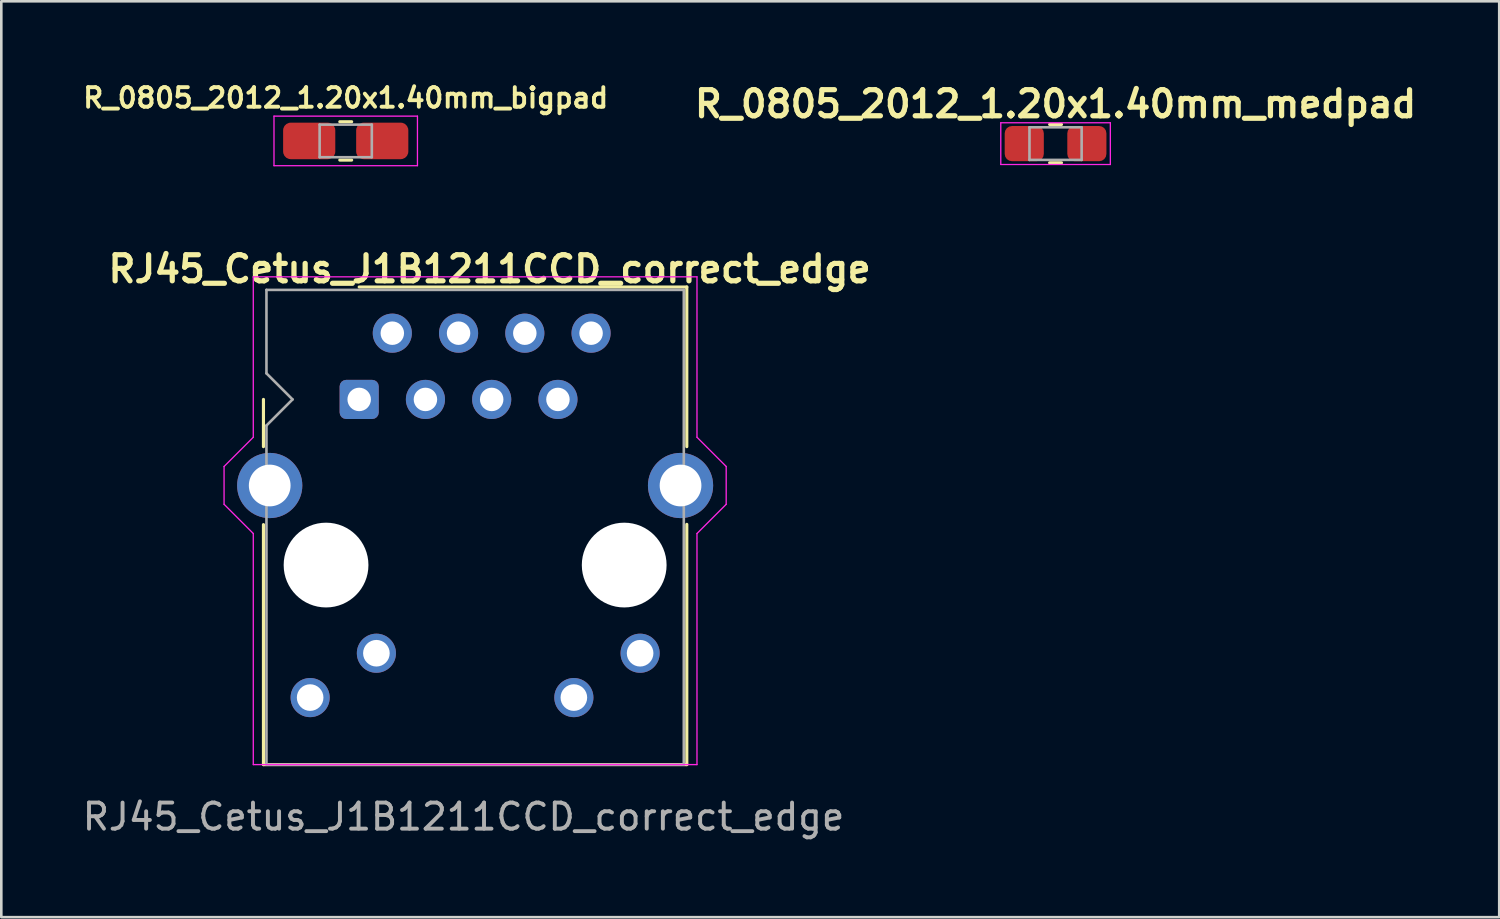
<source format=kicad_pcb>
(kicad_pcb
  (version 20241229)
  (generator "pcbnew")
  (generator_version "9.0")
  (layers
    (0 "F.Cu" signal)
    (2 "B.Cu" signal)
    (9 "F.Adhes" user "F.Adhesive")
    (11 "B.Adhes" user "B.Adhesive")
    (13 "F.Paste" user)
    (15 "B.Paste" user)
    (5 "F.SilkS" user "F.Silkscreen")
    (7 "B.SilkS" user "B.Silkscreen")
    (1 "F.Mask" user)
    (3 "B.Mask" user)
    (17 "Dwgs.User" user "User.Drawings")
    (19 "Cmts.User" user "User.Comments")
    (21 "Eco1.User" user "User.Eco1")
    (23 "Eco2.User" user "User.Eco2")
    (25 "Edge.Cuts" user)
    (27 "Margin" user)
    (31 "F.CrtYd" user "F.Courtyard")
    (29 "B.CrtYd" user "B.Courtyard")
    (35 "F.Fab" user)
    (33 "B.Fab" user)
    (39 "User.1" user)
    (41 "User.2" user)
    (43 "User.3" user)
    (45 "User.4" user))
  (footprint "R_0805_2012_1.20x1.40mm_medpad"
    (layer "F.Cu")
    (at 37.417 2.456)
    (property "Reference" "R_0805_2012_1.20x1.40mm_medpad" (at 0 -1.52 0) (layer "F.SilkS") (effects (font (size 1 1) (thickness 0.2) (bold yes))))
    (attr smd)
    (fp_line (start -0.227 -0.735) (end 0.227 -0.735) (stroke (width 0.12) (type solid)) (layer "F.SilkS"))
    (fp_line (start -0.227 0.735) (end 0.227 0.735) (stroke (width 0.12) (type solid)) (layer "F.SilkS"))
    (fp_line (start -2.1 -0.8) (end 2.1 -0.8) (stroke (width 0.05) (type solid)) (layer "F.CrtYd"))
    (fp_line (start -2.1 0.8) (end -2.1 -0.8) (stroke (width 0.05) (type solid)) (layer "F.CrtYd"))
    (fp_line (start 2.1 -0.8) (end 2.1 0.8) (stroke (width 0.05) (type solid)) (layer "F.CrtYd"))
    (fp_line (start 2.1 0.8) (end -2.1 0.8) (stroke (width 0.05) (type solid)) (layer "F.CrtYd"))
    (fp_line (start -1 -0.625) (end 1 -0.625) (stroke (width 0.1) (type solid)) (layer "F.Fab"))
    (fp_line (start -1 0.625) (end -1 -0.625) (stroke (width 0.1) (type solid)) (layer "F.Fab"))
    (fp_line (start 1 -0.625) (end 1 0.625) (stroke (width 0.1) (type solid)) (layer "F.Fab"))
    (fp_line (start 1 0.625) (end -1 0.625) (stroke (width 0.1) (type solid)) (layer "F.Fab"))
    (pad "1" smd roundrect (at -1.2 0) (size 1.5 1.35) (layers "F.Cu" "F.Mask" "F.Paste") (roundrect_rratio 0.208))
    (pad "2" smd roundrect (at 1.2 0) (size 1.5 1.35) (layers "F.Cu" "F.Mask" "F.Paste") (roundrect_rratio 0.208)))
  (footprint "RJ45_Cetus_J1B1211CCD_correct_edge"
    (layer "F.Cu")
    (at 10.72 12.263)
    (property "Reference" "RJ45_Cetus_J1B1211CCD_correct_edge" (at 5 -5 0) (layer "F.SilkS") (effects (font (size 1 1) (thickness 0.2) (bold yes))))
    (attr through_hole)
    (fp_line (start -3.67 0) (end -3.67 1.81) (stroke (width 0.12) (type solid)) (layer "F.SilkS"))
    (fp_line (start -3.67 4.8) (end -3.67 14) (stroke (width 0.12) (type solid)) (layer "F.SilkS"))
    (fp_line (start 0 -4.31) (end 12.56 -4.31) (stroke (width 0.12) (type solid)) (layer "F.SilkS"))
    (fp_line (start 12.56 -4.31) (end 12.56 1.81) (stroke (width 0.12) (type solid)) (layer "F.SilkS"))
    (fp_line (start 12.56 4.79) (end 12.56 14) (stroke (width 0.12) (type solid)) (layer "F.SilkS"))
    (fp_line (start 12.56 14) (end -3.67 14) (stroke (width 0.12) (type solid)) (layer "F.SilkS"))
    (fp_line (start -5.18 4.02) (end -5.18 2.57) (stroke (width 0.05) (type solid)) (layer "F.CrtYd"))
    (fp_line (start -5.18 4.02) (end -4.06 5.14) (stroke (width 0.05) (type solid)) (layer "F.CrtYd"))
    (fp_line (start -4.06 -4.7) (end 12.95 -4.7) (stroke (width 0.05) (type solid)) (layer "F.CrtYd"))
    (fp_line (start -4.06 1.45) (end -5.18 2.57) (stroke (width 0.05) (type solid)) (layer "F.CrtYd"))
    (fp_line (start -4.06 1.45) (end -4.06 -4.7) (stroke (width 0.05) (type solid)) (layer "F.CrtYd"))
    (fp_line (start -4.06 5.14) (end -4.06 14) (stroke (width 0.05) (type solid)) (layer "F.CrtYd"))
    (fp_line (start -4.06 14) (end 12.95 14) (stroke (width 0.05) (type solid)) (layer "F.CrtYd"))
    (fp_line (start 12.95 1.45) (end 12.95 -4.7) (stroke (width 0.05) (type solid)) (layer "F.CrtYd"))
    (fp_line (start 12.95 1.45) (end 14.07 2.57) (stroke (width 0.05) (type solid)) (layer "F.CrtYd"))
    (fp_line (start 12.95 5.14) (end 12.95 14) (stroke (width 0.05) (type solid)) (layer "F.CrtYd"))
    (fp_line (start 14.07 4.02) (end 12.95 5.14) (stroke (width 0.05) (type solid)) (layer "F.CrtYd"))
    (fp_line (start 14.07 4.02) (end 14.07 2.57) (stroke (width 0.05) (type solid)) (layer "F.CrtYd"))
    (fp_line (start -3.555 -4.2) (end -3.555 -1) (stroke (width 0.1) (type solid)) (layer "F.Fab"))
    (fp_line (start -3.555 -4.2) (end 12.445 -4.2) (stroke (width 0.1) (type solid)) (layer "F.Fab"))
    (fp_line (start -3.555 1) (end -3.555 14) (stroke (width 0.1) (type solid)) (layer "F.Fab"))
    (fp_line (start -3.555 14) (end 12.445 14) (stroke (width 0.1) (type solid)) (layer "F.Fab"))
    (fp_line (start -2.555 0) (end -3.555 -1) (stroke (width 0.1) (type solid)) (layer "F.Fab"))
    (fp_line (start -2.555 0) (end -3.555 1) (stroke (width 0.1) (type solid)) (layer "F.Fab"))
    (fp_line (start 12.445 -4.2) (end 12.445 14) (stroke (width 0.1) (type solid)) (layer "F.Fab"))
    (fp_text user "${REFERENCE}" (at 4 16 0) (layer "F.Fab") (effects (font (size 1 1) (thickness 0.15))))
    (pad "" np_thru_hole circle (at -1.27 6.35) (size 3.25 3.25) (drill 3.25) (layers "*.Cu" "*.Mask"))
    (pad "" np_thru_hole circle (at 10.16 6.35) (size 3.25 3.25) (drill 3.25) (layers "*.Cu" "*.Mask"))
    (pad "1" thru_hole roundrect (at 0 0) (size 1.5 1.5) (drill 0.9) (layers "*.Cu" "*.Mask") (roundrect_rratio 0.167))
    (pad "2" thru_hole circle (at 1.27 -2.54) (size 1.5 1.5) (drill 0.9) (layers "*.Cu" "*.Mask"))
    (pad "3" thru_hole circle (at 2.54 0) (size 1.5 1.5) (drill 0.9) (layers "*.Cu" "*.Mask"))
    (pad "4" thru_hole circle (at 3.81 -2.54) (size 1.5 1.5) (drill 0.9) (layers "*.Cu" "*.Mask"))
    (pad "5" thru_hole circle (at 5.08 0) (size 1.5 1.5) (drill 0.9) (layers "*.Cu" "*.Mask"))
    (pad "6" thru_hole circle (at 6.35 -2.54) (size 1.5 1.5) (drill 0.9) (layers "*.Cu" "*.Mask"))
    (pad "7" thru_hole circle (at 7.62 0) (size 1.5 1.5) (drill 0.9) (layers "*.Cu" "*.Mask"))
    (pad "8" thru_hole circle (at 8.89 -2.54) (size 1.5 1.5) (drill 0.9) (layers "*.Cu" "*.Mask"))
    (pad "9" thru_hole circle (at -1.88 11.43) (size 1.5 1.5) (drill 1.02) (layers "*.Cu" "*.Mask"))
    (pad "10" thru_hole circle (at 0.66 9.73) (size 1.5 1.5) (drill 1.02) (layers "*.Cu" "*.Mask"))
    (pad "11" thru_hole circle (at 8.23 11.43) (size 1.5 1.5) (drill 1.02) (layers "*.Cu" "*.Mask"))
    (pad "12" thru_hole circle (at 10.77 9.73) (size 1.5 1.5) (drill 1.02) (layers "*.Cu" "*.Mask"))
    (pad "13" thru_hole circle (at -3.43 3.3) (size 2.5 2.5) (drill 1.6) (layers "*.Cu" "*.Mask"))
    (pad "13" thru_hole circle (at 12.32 3.3) (size 2.5 2.5) (drill 1.6) (layers "*.Cu" "*.Mask")))
  (footprint "R_0805_2012_1.20x1.40mm_bigpad"
    (layer "F.Cu")
    (at 10.204 2.352)
    (property "Reference" "R_0805_2012_1.20x1.40mm_bigpad" (at 0 -1.65 0) (layer "F.SilkS") (effects (font (size 0.75 0.75) (thickness 0.15))))
    (attr smd)
    (fp_line (start -0.227 -0.735) (end 0.227 -0.735) (stroke (width 0.12) (type solid)) (layer "F.SilkS"))
    (fp_line (start -0.227 0.735) (end 0.227 0.735) (stroke (width 0.12) (type solid)) (layer "F.SilkS"))
    (fp_line (start -2.75 -0.95) (end 2.75 -0.95) (stroke (width 0.05) (type solid)) (layer "F.CrtYd"))
    (fp_line (start -2.75 0.95) (end -2.75 -0.95) (stroke (width 0.05) (type solid)) (layer "F.CrtYd"))
    (fp_line (start 2.75 -0.95) (end 2.75 0.95) (stroke (width 0.05) (type solid)) (layer "F.CrtYd"))
    (fp_line (start 2.75 0.95) (end -2.75 0.95) (stroke (width 0.05) (type solid)) (layer "F.CrtYd"))
    (fp_line (start -1 -0.625) (end 1 -0.625) (stroke (width 0.1) (type solid)) (layer "F.Fab"))
    (fp_line (start -1 0.625) (end -1 -0.625) (stroke (width 0.1) (type solid)) (layer "F.Fab"))
    (fp_line (start 1 -0.625) (end 1 0.625) (stroke (width 0.1) (type solid)) (layer "F.Fab"))
    (fp_line (start 1 0.625) (end -1 0.625) (stroke (width 0.1) (type solid)) (layer "F.Fab"))
    (pad "1" smd roundrect (at -1.4 0) (size 2 1.4) (layers "F.Cu" "F.Mask" "F.Paste") (roundrect_rratio 0.208))
    (pad "2" smd roundrect (at 1.4 0) (size 2 1.4) (layers "F.Cu" "F.Mask" "F.Paste") (roundrect_rratio 0.208)))
  (gr_rect
    (start -3 -3)
    (end 54.426 32.111)
    (stroke (width 0.1) (type default))
    (fill no)
    (layer "Edge.Cuts")))
</source>
